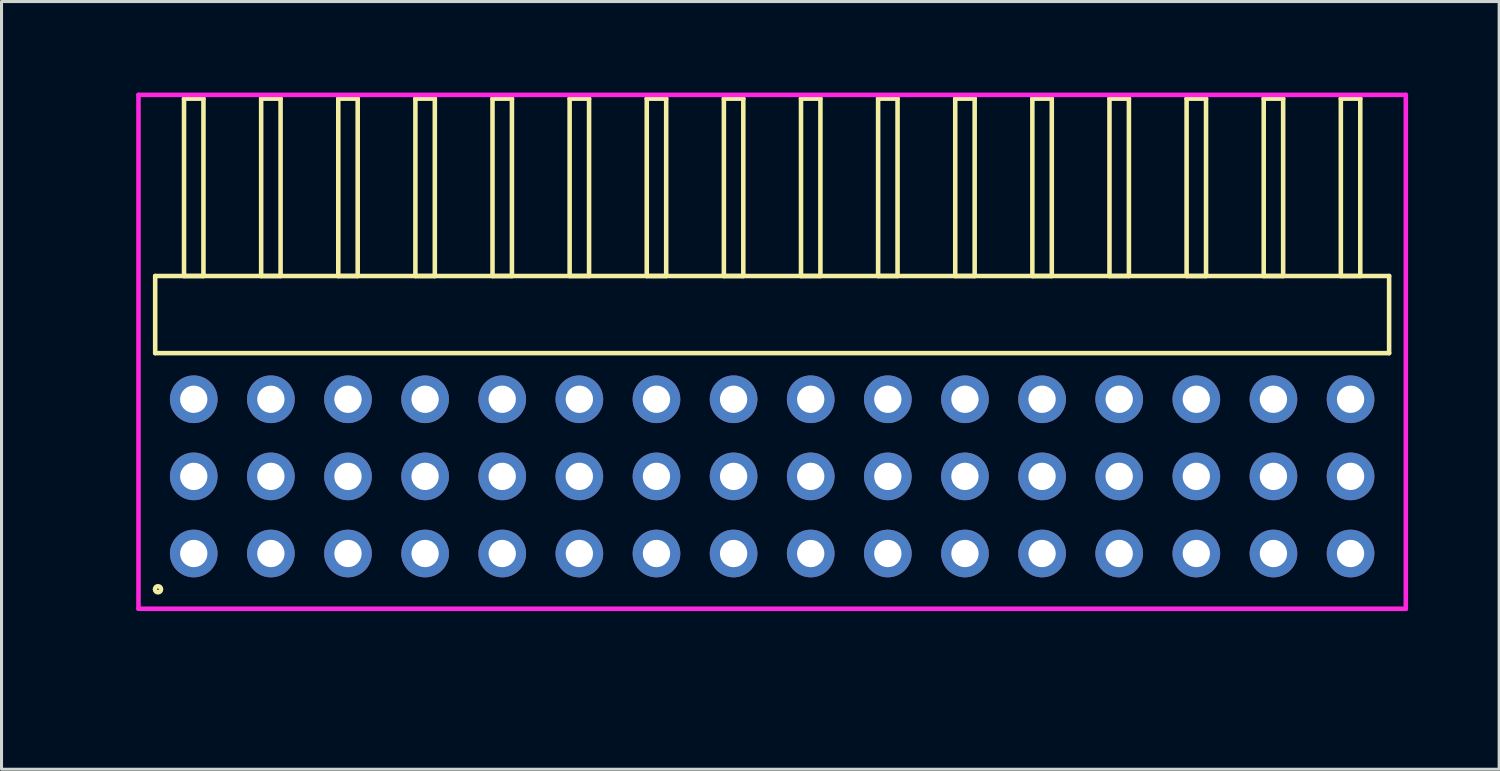
<source format=kicad_pcb>
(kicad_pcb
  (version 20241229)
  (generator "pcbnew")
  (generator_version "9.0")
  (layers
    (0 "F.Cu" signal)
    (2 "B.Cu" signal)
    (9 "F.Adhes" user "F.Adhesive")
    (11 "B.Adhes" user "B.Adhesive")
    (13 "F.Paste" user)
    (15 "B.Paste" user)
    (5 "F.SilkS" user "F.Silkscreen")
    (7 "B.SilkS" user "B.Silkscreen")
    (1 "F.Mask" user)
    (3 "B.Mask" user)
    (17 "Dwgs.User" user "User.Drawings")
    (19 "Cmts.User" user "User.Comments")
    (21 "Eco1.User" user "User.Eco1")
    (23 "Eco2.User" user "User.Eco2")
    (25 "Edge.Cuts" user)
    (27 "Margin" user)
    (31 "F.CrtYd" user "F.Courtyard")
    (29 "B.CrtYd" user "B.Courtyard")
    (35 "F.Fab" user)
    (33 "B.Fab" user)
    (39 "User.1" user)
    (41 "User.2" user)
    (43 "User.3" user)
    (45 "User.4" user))
  (footprint "HDR_RA254P16x3"
    (layer "F.Cu")
    (at 22.381 12.64)
    (property "Reference" "HDR_RA254P16x3" (at -21.62 0 90) (layer "User.1") (effects (font (size 1 1) (thickness 0.1))))
    (attr through_hole)
    (fp_line (start -20.32 -6.6) (end -20.32 -4.06) (stroke (width 0.15) (type solid)) (layer "F.SilkS"))
    (fp_line (start -20.32 -4.06) (end 20.32 -4.06) (stroke (width 0.15) (type solid)) (layer "F.SilkS"))
    (fp_line (start -19.37 -12.44) (end -19.37 -6.6) (stroke (width 0.15) (type solid)) (layer "F.SilkS"))
    (fp_line (start -19.37 -6.6) (end -18.73 -6.6) (stroke (width 0.15) (type solid)) (layer "F.SilkS"))
    (fp_line (start -18.73 -12.44) (end -19.37 -12.44) (stroke (width 0.15) (type solid)) (layer "F.SilkS"))
    (fp_line (start -18.73 -6.6) (end -18.73 -12.44) (stroke (width 0.15) (type solid)) (layer "F.SilkS"))
    (fp_line (start -16.83 -12.44) (end -16.83 -6.6) (stroke (width 0.15) (type solid)) (layer "F.SilkS"))
    (fp_line (start -16.83 -6.6) (end -16.19 -6.6) (stroke (width 0.15) (type solid)) (layer "F.SilkS"))
    (fp_line (start -16.19 -12.44) (end -16.83 -12.44) (stroke (width 0.15) (type solid)) (layer "F.SilkS"))
    (fp_line (start -16.19 -6.6) (end -16.19 -12.44) (stroke (width 0.15) (type solid)) (layer "F.SilkS"))
    (fp_line (start -14.29 -12.44) (end -14.29 -6.6) (stroke (width 0.15) (type solid)) (layer "F.SilkS"))
    (fp_line (start -14.29 -6.6) (end -13.65 -6.6) (stroke (width 0.15) (type solid)) (layer "F.SilkS"))
    (fp_line (start -13.65 -12.44) (end -14.29 -12.44) (stroke (width 0.15) (type solid)) (layer "F.SilkS"))
    (fp_line (start -13.65 -6.6) (end -13.65 -12.44) (stroke (width 0.15) (type solid)) (layer "F.SilkS"))
    (fp_line (start -11.75 -12.44) (end -11.75 -6.6) (stroke (width 0.15) (type solid)) (layer "F.SilkS"))
    (fp_line (start -11.75 -6.6) (end -11.11 -6.6) (stroke (width 0.15) (type solid)) (layer "F.SilkS"))
    (fp_line (start -11.11 -12.44) (end -11.75 -12.44) (stroke (width 0.15) (type solid)) (layer "F.SilkS"))
    (fp_line (start -11.11 -6.6) (end -11.11 -12.44) (stroke (width 0.15) (type solid)) (layer "F.SilkS"))
    (fp_line (start -9.21 -12.44) (end -9.21 -6.6) (stroke (width 0.15) (type solid)) (layer "F.SilkS"))
    (fp_line (start -9.21 -6.6) (end -8.57 -6.6) (stroke (width 0.15) (type solid)) (layer "F.SilkS"))
    (fp_line (start -8.57 -12.44) (end -9.21 -12.44) (stroke (width 0.15) (type solid)) (layer "F.SilkS"))
    (fp_line (start -8.57 -6.6) (end -8.57 -12.44) (stroke (width 0.15) (type solid)) (layer "F.SilkS"))
    (fp_line (start -6.67 -12.44) (end -6.67 -6.6) (stroke (width 0.15) (type solid)) (layer "F.SilkS"))
    (fp_line (start -6.67 -6.6) (end -6.03 -6.6) (stroke (width 0.15) (type solid)) (layer "F.SilkS"))
    (fp_line (start -6.03 -12.44) (end -6.67 -12.44) (stroke (width 0.15) (type solid)) (layer "F.SilkS"))
    (fp_line (start -6.03 -6.6) (end -6.03 -12.44) (stroke (width 0.15) (type solid)) (layer "F.SilkS"))
    (fp_line (start -4.13 -12.44) (end -4.13 -6.6) (stroke (width 0.15) (type solid)) (layer "F.SilkS"))
    (fp_line (start -4.13 -6.6) (end -3.49 -6.6) (stroke (width 0.15) (type solid)) (layer "F.SilkS"))
    (fp_line (start -3.49 -12.44) (end -4.13 -12.44) (stroke (width 0.15) (type solid)) (layer "F.SilkS"))
    (fp_line (start -3.49 -6.6) (end -3.49 -12.44) (stroke (width 0.15) (type solid)) (layer "F.SilkS"))
    (fp_line (start -1.59 -12.44) (end -1.59 -6.6) (stroke (width 0.15) (type solid)) (layer "F.SilkS"))
    (fp_line (start -1.59 -6.6) (end -0.95 -6.6) (stroke (width 0.15) (type solid)) (layer "F.SilkS"))
    (fp_line (start -0.95 -12.44) (end -1.59 -12.44) (stroke (width 0.15) (type solid)) (layer "F.SilkS"))
    (fp_line (start -0.95 -6.6) (end -0.95 -12.44) (stroke (width 0.15) (type solid)) (layer "F.SilkS"))
    (fp_line (start 0.95 -12.44) (end 0.95 -6.6) (stroke (width 0.15) (type solid)) (layer "F.SilkS"))
    (fp_line (start 0.95 -6.6) (end 1.59 -6.6) (stroke (width 0.15) (type solid)) (layer "F.SilkS"))
    (fp_line (start 1.59 -12.44) (end 0.95 -12.44) (stroke (width 0.15) (type solid)) (layer "F.SilkS"))
    (fp_line (start 1.59 -6.6) (end 1.59 -12.44) (stroke (width 0.15) (type solid)) (layer "F.SilkS"))
    (fp_line (start 3.49 -12.44) (end 3.49 -6.6) (stroke (width 0.15) (type solid)) (layer "F.SilkS"))
    (fp_line (start 3.49 -6.6) (end 4.13 -6.6) (stroke (width 0.15) (type solid)) (layer "F.SilkS"))
    (fp_line (start 4.13 -12.44) (end 3.49 -12.44) (stroke (width 0.15) (type solid)) (layer "F.SilkS"))
    (fp_line (start 4.13 -6.6) (end 4.13 -12.44) (stroke (width 0.15) (type solid)) (layer "F.SilkS"))
    (fp_line (start 6.03 -12.44) (end 6.03 -6.6) (stroke (width 0.15) (type solid)) (layer "F.SilkS"))
    (fp_line (start 6.03 -6.6) (end 6.67 -6.6) (stroke (width 0.15) (type solid)) (layer "F.SilkS"))
    (fp_line (start 6.67 -12.44) (end 6.03 -12.44) (stroke (width 0.15) (type solid)) (layer "F.SilkS"))
    (fp_line (start 6.67 -6.6) (end 6.67 -12.44) (stroke (width 0.15) (type solid)) (layer "F.SilkS"))
    (fp_line (start 8.57 -12.44) (end 8.57 -6.6) (stroke (width 0.15) (type solid)) (layer "F.SilkS"))
    (fp_line (start 8.57 -6.6) (end 9.21 -6.6) (stroke (width 0.15) (type solid)) (layer "F.SilkS"))
    (fp_line (start 9.21 -12.44) (end 8.57 -12.44) (stroke (width 0.15) (type solid)) (layer "F.SilkS"))
    (fp_line (start 9.21 -6.6) (end 9.21 -12.44) (stroke (width 0.15) (type solid)) (layer "F.SilkS"))
    (fp_line (start 11.11 -12.44) (end 11.11 -6.6) (stroke (width 0.15) (type solid)) (layer "F.SilkS"))
    (fp_line (start 11.11 -6.6) (end 11.75 -6.6) (stroke (width 0.15) (type solid)) (layer "F.SilkS"))
    (fp_line (start 11.75 -12.44) (end 11.11 -12.44) (stroke (width 0.15) (type solid)) (layer "F.SilkS"))
    (fp_line (start 11.75 -6.6) (end 11.75 -12.44) (stroke (width 0.15) (type solid)) (layer "F.SilkS"))
    (fp_line (start 13.65 -12.44) (end 13.65 -6.6) (stroke (width 0.15) (type solid)) (layer "F.SilkS"))
    (fp_line (start 13.65 -6.6) (end 14.29 -6.6) (stroke (width 0.15) (type solid)) (layer "F.SilkS"))
    (fp_line (start 14.29 -12.44) (end 13.65 -12.44) (stroke (width 0.15) (type solid)) (layer "F.SilkS"))
    (fp_line (start 14.29 -6.6) (end 14.29 -12.44) (stroke (width 0.15) (type solid)) (layer "F.SilkS"))
    (fp_line (start 16.19 -12.44) (end 16.19 -6.6) (stroke (width 0.15) (type solid)) (layer "F.SilkS"))
    (fp_line (start 16.19 -6.6) (end 16.83 -6.6) (stroke (width 0.15) (type solid)) (layer "F.SilkS"))
    (fp_line (start 16.83 -12.44) (end 16.19 -12.44) (stroke (width 0.15) (type solid)) (layer "F.SilkS"))
    (fp_line (start 16.83 -6.6) (end 16.83 -12.44) (stroke (width 0.15) (type solid)) (layer "F.SilkS"))
    (fp_line (start 18.73 -12.44) (end 18.73 -6.6) (stroke (width 0.15) (type solid)) (layer "F.SilkS"))
    (fp_line (start 18.73 -6.6) (end 19.37 -6.6) (stroke (width 0.15) (type solid)) (layer "F.SilkS"))
    (fp_line (start 19.37 -12.44) (end 18.73 -12.44) (stroke (width 0.15) (type solid)) (layer "F.SilkS"))
    (fp_line (start 19.37 -6.6) (end 19.37 -12.44) (stroke (width 0.15) (type solid)) (layer "F.SilkS"))
    (fp_line (start 20.32 -6.6) (end -20.32 -6.6) (stroke (width 0.15) (type solid)) (layer "F.SilkS"))
    (fp_line (start 20.32 -4.06) (end 20.32 -6.6) (stroke (width 0.15) (type solid)) (layer "F.SilkS"))
    (fp_circle (center -20.227 3.718) (end -20.127 3.718) (stroke (width 0.15) (type solid)) (fill no) (layer "F.SilkS"))
    (fp_line (start -20.87 -12.565) (end -20.87 4.36) (stroke (width 0.15) (type solid)) (layer "F.CrtYd"))
    (fp_line (start -20.87 4.36) (end 20.87 4.36) (stroke (width 0.15) (type solid)) (layer "F.CrtYd"))
    (fp_line (start 20.87 -12.565) (end -20.87 -12.565) (stroke (width 0.15) (type solid)) (layer "F.CrtYd"))
    (fp_line (start 20.87 4.36) (end 20.87 -12.565) (stroke (width 0.15) (type solid)) (layer "F.CrtYd"))
    (pad "1" thru_hole oval (at -19.05 2.54) (size 1.57 1.57) (drill 0.9) (layers "*.Cu" "*.Mask"))
    (pad "2" thru_hole oval (at -19.05 0) (size 1.57 1.57) (drill 0.9) (layers "*.Cu" "*.Mask"))
    (pad "3" thru_hole oval (at -19.05 -2.54) (size 1.57 1.57) (drill 0.9) (layers "*.Cu" "*.Mask"))
    (pad "4" thru_hole oval (at -16.51 2.54) (size 1.57 1.57) (drill 0.9) (layers "*.Cu" "*.Mask"))
    (pad "5" thru_hole oval (at -16.51 0) (size 1.57 1.57) (drill 0.9) (layers "*.Cu" "*.Mask"))
    (pad "6" thru_hole oval (at -16.51 -2.54) (size 1.57 1.57) (drill 0.9) (layers "*.Cu" "*.Mask"))
    (pad "7" thru_hole oval (at -13.97 2.54) (size 1.57 1.57) (drill 0.9) (layers "*.Cu" "*.Mask"))
    (pad "8" thru_hole oval (at -13.97 0) (size 1.57 1.57) (drill 0.9) (layers "*.Cu" "*.Mask"))
    (pad "9" thru_hole oval (at -13.97 -2.54) (size 1.57 1.57) (drill 0.9) (layers "*.Cu" "*.Mask"))
    (pad "10" thru_hole oval (at -11.43 2.54) (size 1.57 1.57) (drill 0.9) (layers "*.Cu" "*.Mask"))
    (pad "11" thru_hole oval (at -11.43 0) (size 1.57 1.57) (drill 0.9) (layers "*.Cu" "*.Mask"))
    (pad "12" thru_hole oval (at -11.43 -2.54) (size 1.57 1.57) (drill 0.9) (layers "*.Cu" "*.Mask"))
    (pad "13" thru_hole oval (at -8.89 2.54) (size 1.57 1.57) (drill 0.9) (layers "*.Cu" "*.Mask"))
    (pad "14" thru_hole oval (at -8.89 0) (size 1.57 1.57) (drill 0.9) (layers "*.Cu" "*.Mask"))
    (pad "15" thru_hole oval (at -8.89 -2.54) (size 1.57 1.57) (drill 0.9) (layers "*.Cu" "*.Mask"))
    (pad "16" thru_hole oval (at -6.35 2.54) (size 1.57 1.57) (drill 0.9) (layers "*.Cu" "*.Mask"))
    (pad "17" thru_hole oval (at -6.35 0) (size 1.57 1.57) (drill 0.9) (layers "*.Cu" "*.Mask"))
    (pad "18" thru_hole oval (at -6.35 -2.54) (size 1.57 1.57) (drill 0.9) (layers "*.Cu" "*.Mask"))
    (pad "19" thru_hole oval (at -3.81 2.54) (size 1.57 1.57) (drill 0.9) (layers "*.Cu" "*.Mask"))
    (pad "20" thru_hole oval (at -3.81 0) (size 1.57 1.57) (drill 0.9) (layers "*.Cu" "*.Mask"))
    (pad "21" thru_hole oval (at -3.81 -2.54) (size 1.57 1.57) (drill 0.9) (layers "*.Cu" "*.Mask"))
    (pad "22" thru_hole oval (at -1.27 2.54) (size 1.57 1.57) (drill 0.9) (layers "*.Cu" "*.Mask"))
    (pad "23" thru_hole oval (at -1.27 0) (size 1.57 1.57) (drill 0.9) (layers "*.Cu" "*.Mask"))
    (pad "24" thru_hole oval (at -1.27 -2.54) (size 1.57 1.57) (drill 0.9) (layers "*.Cu" "*.Mask"))
    (pad "25" thru_hole oval (at 1.27 2.54) (size 1.57 1.57) (drill 0.9) (layers "*.Cu" "*.Mask"))
    (pad "26" thru_hole oval (at 1.27 0) (size 1.57 1.57) (drill 0.9) (layers "*.Cu" "*.Mask"))
    (pad "27" thru_hole oval (at 1.27 -2.54) (size 1.57 1.57) (drill 0.9) (layers "*.Cu" "*.Mask"))
    (pad "28" thru_hole oval (at 3.81 2.54) (size 1.57 1.57) (drill 0.9) (layers "*.Cu" "*.Mask"))
    (pad "29" thru_hole oval (at 3.81 0) (size 1.57 1.57) (drill 0.9) (layers "*.Cu" "*.Mask"))
    (pad "30" thru_hole oval (at 3.81 -2.54) (size 1.57 1.57) (drill 0.9) (layers "*.Cu" "*.Mask"))
    (pad "31" thru_hole oval (at 6.35 2.54) (size 1.57 1.57) (drill 0.9) (layers "*.Cu" "*.Mask"))
    (pad "32" thru_hole oval (at 6.35 0) (size 1.57 1.57) (drill 0.9) (layers "*.Cu" "*.Mask"))
    (pad "33" thru_hole oval (at 6.35 -2.54) (size 1.57 1.57) (drill 0.9) (layers "*.Cu" "*.Mask"))
    (pad "34" thru_hole oval (at 8.89 2.54) (size 1.57 1.57) (drill 0.9) (layers "*.Cu" "*.Mask"))
    (pad "35" thru_hole oval (at 8.89 0) (size 1.57 1.57) (drill 0.9) (layers "*.Cu" "*.Mask"))
    (pad "36" thru_hole oval (at 8.89 -2.54) (size 1.57 1.57) (drill 0.9) (layers "*.Cu" "*.Mask"))
    (pad "37" thru_hole oval (at 11.43 2.54) (size 1.57 1.57) (drill 0.9) (layers "*.Cu" "*.Mask"))
    (pad "38" thru_hole oval (at 11.43 0) (size 1.57 1.57) (drill 0.9) (layers "*.Cu" "*.Mask"))
    (pad "39" thru_hole oval (at 11.43 -2.54) (size 1.57 1.57) (drill 0.9) (layers "*.Cu" "*.Mask"))
    (pad "40" thru_hole oval (at 13.97 2.54) (size 1.57 1.57) (drill 0.9) (layers "*.Cu" "*.Mask"))
    (pad "41" thru_hole oval (at 13.97 0) (size 1.57 1.57) (drill 0.9) (layers "*.Cu" "*.Mask"))
    (pad "42" thru_hole oval (at 13.97 -2.54) (size 1.57 1.57) (drill 0.9) (layers "*.Cu" "*.Mask"))
    (pad "43" thru_hole oval (at 16.51 2.54) (size 1.57 1.57) (drill 0.9) (layers "*.Cu" "*.Mask"))
    (pad "44" thru_hole oval (at 16.51 0) (size 1.57 1.57) (drill 0.9) (layers "*.Cu" "*.Mask"))
    (pad "45" thru_hole oval (at 16.51 -2.54) (size 1.57 1.57) (drill 0.9) (layers "*.Cu" "*.Mask"))
    (pad "46" thru_hole oval (at 19.05 2.54) (size 1.57 1.57) (drill 0.9) (layers "*.Cu" "*.Mask"))
    (pad "47" thru_hole oval (at 19.05 0) (size 1.57 1.57) (drill 0.9) (layers "*.Cu" "*.Mask"))
    (pad "48" thru_hole oval (at 19.05 -2.54) (size 1.57 1.57) (drill 0.9) (layers "*.Cu" "*.Mask")))
  (gr_rect
    (start -3 -3)
    (end 46.325 22.285)
    (stroke (width 0.1) (type default))
    (fill no)
    (layer "Edge.Cuts")))
</source>
